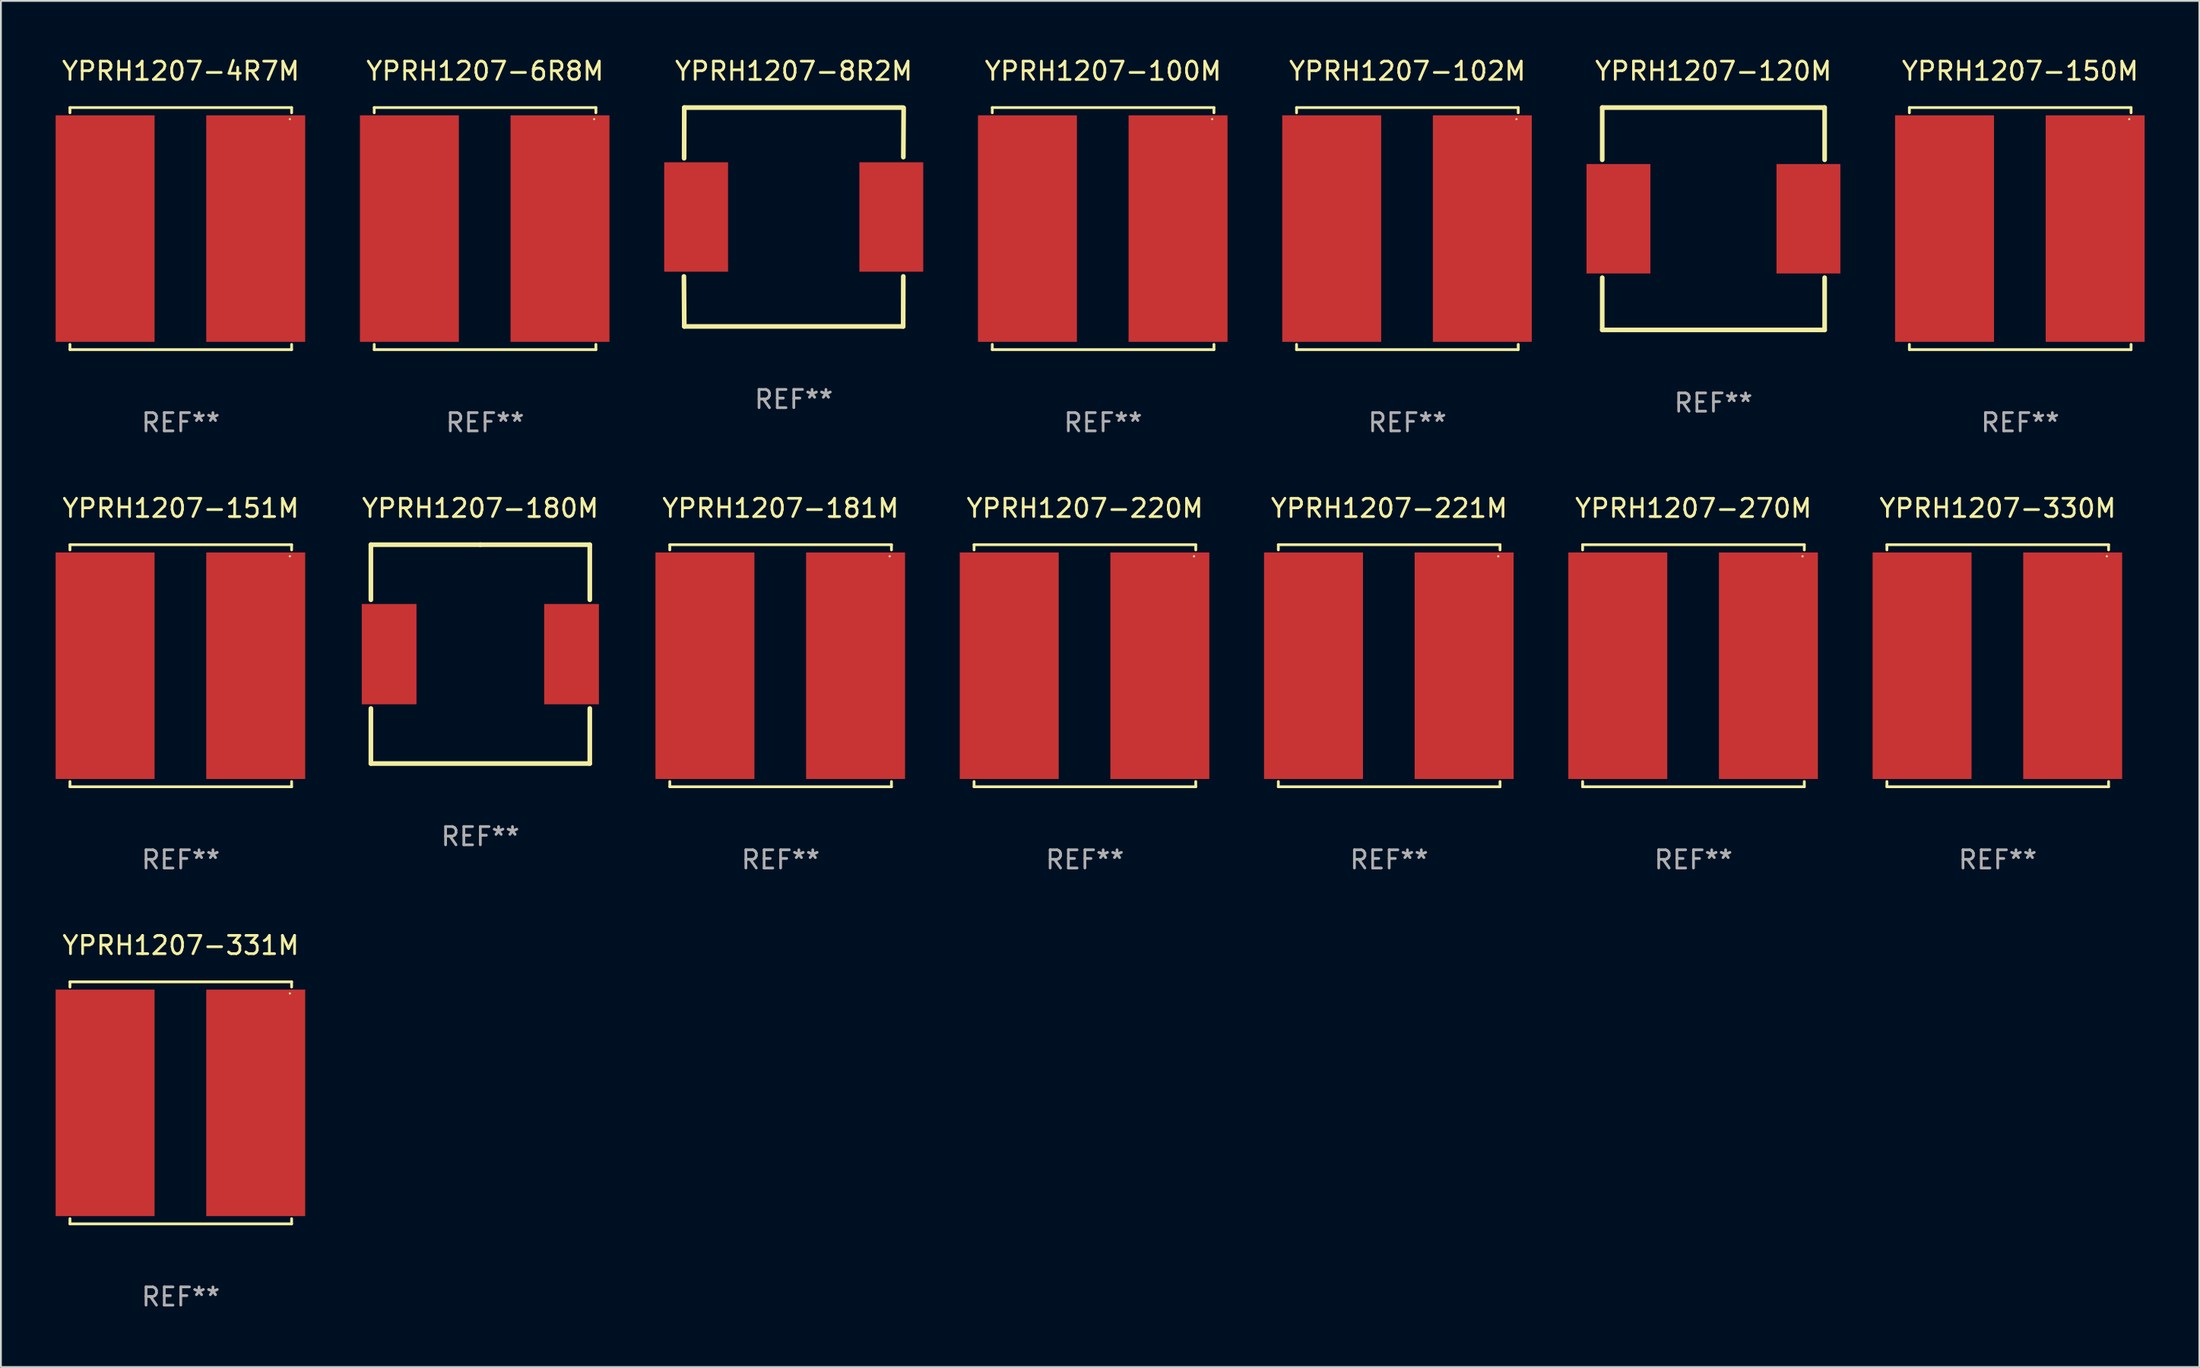
<source format=kicad_pcb>
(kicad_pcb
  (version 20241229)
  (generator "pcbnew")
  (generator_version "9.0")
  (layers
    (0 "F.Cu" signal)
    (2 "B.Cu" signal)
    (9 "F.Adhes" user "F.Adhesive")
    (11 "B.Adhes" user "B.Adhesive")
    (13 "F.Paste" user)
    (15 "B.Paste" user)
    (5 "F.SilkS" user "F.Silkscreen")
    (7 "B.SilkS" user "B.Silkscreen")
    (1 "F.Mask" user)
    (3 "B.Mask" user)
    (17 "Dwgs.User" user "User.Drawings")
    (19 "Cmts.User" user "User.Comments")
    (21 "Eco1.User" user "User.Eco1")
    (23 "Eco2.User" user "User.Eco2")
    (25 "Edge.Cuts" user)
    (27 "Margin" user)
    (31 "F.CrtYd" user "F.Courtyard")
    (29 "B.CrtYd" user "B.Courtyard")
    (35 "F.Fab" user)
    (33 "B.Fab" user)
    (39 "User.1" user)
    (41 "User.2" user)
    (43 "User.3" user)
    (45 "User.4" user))
  (footprint "YPRH1207-181M"
    (layer "F.Cu")
    (at 39.742 33.453)
    (property "Reference" "YPRH1207-181M" (at 0 -8.636 0) (layer "F.SilkS") (effects (font (size 1 1) (thickness 0.15))))
    (attr through_hole)
    (fp_line (start -6.076 -6.636) (end -6.076 -6.35) (stroke (width 0.152) (type solid)) (layer "F.SilkS"))
    (fp_line (start -6.076 6.636) (end -6.076 6.35) (stroke (width 0.152) (type solid)) (layer "F.SilkS"))
    (fp_line (start 6.076 -6.636) (end -6.076 -6.636) (stroke (width 0.152) (type solid)) (layer "F.SilkS"))
    (fp_line (start 6.076 -6.35) (end 6.076 -6.636) (stroke (width 0.152) (type solid)) (layer "F.SilkS"))
    (fp_line (start 6.076 6.35) (end 6.076 6.636) (stroke (width 0.152) (type solid)) (layer "F.SilkS"))
    (fp_line (start 6.076 6.636) (end -6.076 6.636) (stroke (width 0.152) (type solid)) (layer "F.SilkS"))
    (fp_circle (center 5.98 -6) (end 6.01 -6) (stroke (width 0.06) (type solid)) (fill no) (layer "F.SilkS"))
    (fp_text user "REF**" (at 0 10.636 0) (layer "F.Fab") (effects (font (size 1 1) (thickness 0.15))))
    (pad "1" smd rect (at 4.108 0) (size 5.424 12.42) (layers "F.Cu" "F.Mask" "F.Paste"))
    (pad "2" smd rect (at -4.148 0) (size 5.424 12.42) (layers "F.Cu" "F.Mask" "F.Paste")))
  (footprint "YPRH1207-150M"
    (layer "F.Cu")
    (at 107.694 9.484)
    (property "Reference" "YPRH1207-150M" (at 0 -8.636 0) (layer "F.SilkS") (effects (font (size 1 1) (thickness 0.15))))
    (attr through_hole)
    (fp_line (start -6.076 -6.636) (end -6.076 -6.35) (stroke (width 0.152) (type solid)) (layer "F.SilkS"))
    (fp_line (start -6.076 6.636) (end -6.076 6.35) (stroke (width 0.152) (type solid)) (layer "F.SilkS"))
    (fp_line (start 6.076 -6.636) (end -6.076 -6.636) (stroke (width 0.152) (type solid)) (layer "F.SilkS"))
    (fp_line (start 6.076 -6.35) (end 6.076 -6.636) (stroke (width 0.152) (type solid)) (layer "F.SilkS"))
    (fp_line (start 6.076 6.35) (end 6.076 6.636) (stroke (width 0.152) (type solid)) (layer "F.SilkS"))
    (fp_line (start 6.076 6.636) (end -6.076 6.636) (stroke (width 0.152) (type solid)) (layer "F.SilkS"))
    (fp_circle (center 5.98 -6) (end 6.01 -6) (stroke (width 0.06) (type solid)) (fill no) (layer "F.SilkS"))
    (fp_text user "REF**" (at 0 10.636 0) (layer "F.Fab") (effects (font (size 1 1) (thickness 0.15))))
    (pad "1" smd rect (at 4.108 0) (size 5.424 12.42) (layers "F.Cu" "F.Mask" "F.Paste"))
    (pad "2" smd rect (at -4.148 0) (size 5.424 12.42) (layers "F.Cu" "F.Mask" "F.Paste")))
  (footprint "YPRH1207-120M"
    (layer "F.Cu")
    (at 90.877 8.944)
    (property "Reference" "YPRH1207-120M" (at 0 -8.096 0) (layer "F.SilkS") (effects (font (size 1 1) (thickness 0.15))))
    (attr through_hole)
    (fp_line (start -6.096 -6.096) (end 6.096 -6.096) (stroke (width 0.254) (type solid)) (layer "F.SilkS"))
    (fp_line (start -6.096 -3.231) (end -6.096 -6.096) (stroke (width 0.254) (type solid)) (layer "F.SilkS"))
    (fp_line (start -6.096 6.096) (end -6.096 3.231) (stroke (width 0.254) (type solid)) (layer "F.SilkS"))
    (fp_line (start 6.096 -6.096) (end 6.096 -3.231) (stroke (width 0.254) (type solid)) (layer "F.SilkS"))
    (fp_line (start 6.096 3.231) (end 6.096 6.096) (stroke (width 0.254) (type solid)) (layer "F.SilkS"))
    (fp_line (start 6.096 6.096) (end -6.096 6.096) (stroke (width 0.254) (type solid)) (layer "F.SilkS"))
    (fp_circle (center 6 -6) (end 6.03 -6) (stroke (width 0.06) (type solid)) (fill no) (layer "F.SilkS"))
    (fp_text user "REF**" (at 0 10.096 0) (layer "F.Fab") (effects (font (size 1 1) (thickness 0.15))))
    (pad "1" smd rect (at 5.207 0) (size 3.5 6) (layers "F.Cu" "F.Mask" "F.Paste"))
    (pad "2" smd rect (at -5.207 0) (size 3.5 6) (layers "F.Cu" "F.Mask" "F.Paste")))
  (footprint "YPRH1207-331M"
    (layer "F.Cu")
    (at 6.86 57.422)
    (property "Reference" "YPRH1207-331M" (at 0 -8.636 0) (layer "F.SilkS") (effects (font (size 1 1) (thickness 0.15))))
    (attr through_hole)
    (fp_line (start -6.076 -6.636) (end -6.076 -6.35) (stroke (width 0.152) (type solid)) (layer "F.SilkS"))
    (fp_line (start -6.076 6.636) (end -6.076 6.35) (stroke (width 0.152) (type solid)) (layer "F.SilkS"))
    (fp_line (start 6.076 -6.636) (end -6.076 -6.636) (stroke (width 0.152) (type solid)) (layer "F.SilkS"))
    (fp_line (start 6.076 -6.35) (end 6.076 -6.636) (stroke (width 0.152) (type solid)) (layer "F.SilkS"))
    (fp_line (start 6.076 6.35) (end 6.076 6.636) (stroke (width 0.152) (type solid)) (layer "F.SilkS"))
    (fp_line (start 6.076 6.636) (end -6.076 6.636) (stroke (width 0.152) (type solid)) (layer "F.SilkS"))
    (fp_circle (center 5.98 -6) (end 6.01 -6) (stroke (width 0.06) (type solid)) (fill no) (layer "F.SilkS"))
    (fp_text user "REF**" (at 0 10.636 0) (layer "F.Fab") (effects (font (size 1 1) (thickness 0.15))))
    (pad "1" smd rect (at 4.108 0) (size 5.424 12.42) (layers "F.Cu" "F.Mask" "F.Paste"))
    (pad "2" smd rect (at -4.148 0) (size 5.424 12.42) (layers "F.Cu" "F.Mask" "F.Paste")))
  (footprint "YPRH1207-270M"
    (layer "F.Cu")
    (at 89.782 33.453)
    (property "Reference" "YPRH1207-270M" (at 0 -8.636 0) (layer "F.SilkS") (effects (font (size 1 1) (thickness 0.15))))
    (attr through_hole)
    (fp_line (start -6.076 -6.636) (end -6.076 -6.35) (stroke (width 0.152) (type solid)) (layer "F.SilkS"))
    (fp_line (start -6.076 6.636) (end -6.076 6.35) (stroke (width 0.152) (type solid)) (layer "F.SilkS"))
    (fp_line (start 6.076 -6.636) (end -6.076 -6.636) (stroke (width 0.152) (type solid)) (layer "F.SilkS"))
    (fp_line (start 6.076 -6.35) (end 6.076 -6.636) (stroke (width 0.152) (type solid)) (layer "F.SilkS"))
    (fp_line (start 6.076 6.35) (end 6.076 6.636) (stroke (width 0.152) (type solid)) (layer "F.SilkS"))
    (fp_line (start 6.076 6.636) (end -6.076 6.636) (stroke (width 0.152) (type solid)) (layer "F.SilkS"))
    (fp_circle (center 5.98 -6) (end 6.01 -6) (stroke (width 0.06) (type solid)) (fill no) (layer "F.SilkS"))
    (fp_text user "REF**" (at 0 10.636 0) (layer "F.Fab") (effects (font (size 1 1) (thickness 0.15))))
    (pad "1" smd rect (at 4.108 0) (size 5.424 12.42) (layers "F.Cu" "F.Mask" "F.Paste"))
    (pad "2" smd rect (at -4.148 0) (size 5.424 12.42) (layers "F.Cu" "F.Mask" "F.Paste")))
  (footprint "YPRH1207-102M"
    (layer "F.Cu")
    (at 74.1 9.484)
    (property "Reference" "YPRH1207-102M" (at 0 -8.636 0) (layer "F.SilkS") (effects (font (size 1 1) (thickness 0.15))))
    (attr through_hole)
    (fp_line (start -6.076 -6.636) (end -6.076 -6.35) (stroke (width 0.152) (type solid)) (layer "F.SilkS"))
    (fp_line (start -6.076 6.636) (end -6.076 6.35) (stroke (width 0.152) (type solid)) (layer "F.SilkS"))
    (fp_line (start 6.076 -6.636) (end -6.076 -6.636) (stroke (width 0.152) (type solid)) (layer "F.SilkS"))
    (fp_line (start 6.076 -6.35) (end 6.076 -6.636) (stroke (width 0.152) (type solid)) (layer "F.SilkS"))
    (fp_line (start 6.076 6.35) (end 6.076 6.636) (stroke (width 0.152) (type solid)) (layer "F.SilkS"))
    (fp_line (start 6.076 6.636) (end -6.076 6.636) (stroke (width 0.152) (type solid)) (layer "F.SilkS"))
    (fp_circle (center 5.98 -6) (end 6.01 -6) (stroke (width 0.06) (type solid)) (fill no) (layer "F.SilkS"))
    (fp_text user "REF**" (at 0 10.636 0) (layer "F.Fab") (effects (font (size 1 1) (thickness 0.15))))
    (pad "1" smd rect (at 4.108 0) (size 5.424 12.42) (layers "F.Cu" "F.Mask" "F.Paste"))
    (pad "2" smd rect (at -4.148 0) (size 5.424 12.42) (layers "F.Cu" "F.Mask" "F.Paste")))
  (footprint "YPRH1207-8R2M"
    (layer "F.Cu")
    (at 40.464 8.848)
    (property "Reference" "YPRH1207-8R2M" (at 0 -8 0) (layer "F.SilkS") (effects (font (size 1 1) (thickness 0.15))))
    (attr through_hole)
    (fp_line (start -6.012 -3.22) (end -6.004 -6) (stroke (width 0.254) (type solid)) (layer "F.SilkS"))
    (fp_line (start -6.004 -6) (end 5.996 -6) (stroke (width 0.254) (type solid)) (layer "F.SilkS"))
    (fp_line (start -6.004 6) (end -6.023 3.258) (stroke (width 0.254) (type solid)) (layer "F.SilkS"))
    (fp_line (start -6.004 6) (end 5.996 6) (stroke (width 0.254) (type solid)) (layer "F.SilkS"))
    (fp_line (start 5.996 6) (end 6.003 3.258) (stroke (width 0.254) (type solid)) (layer "F.SilkS"))
    (fp_line (start 6.005 -3.282) (end 6.023 -5.98) (stroke (width 0.254) (type solid)) (layer "F.SilkS"))
    (fp_circle (center -6.004 6) (end -5.974 6) (stroke (width 0.06) (type solid)) (fill no) (layer "F.SilkS"))
    (fp_text user "REF**" (at 0 10 0) (layer "F.Fab") (effects (font (size 1 1) (thickness 0.15))))
    (pad "1" smd rect (at -5.354 0) (size 3.5 6) (layers "F.Cu" "F.Mask" "F.Paste"))
    (pad "2" smd rect (at 5.346 0) (size 3.5 6) (layers "F.Cu" "F.Mask" "F.Paste")))
  (footprint "YPRH1207-221M"
    (layer "F.Cu")
    (at 73.102 33.453)
    (property "Reference" "YPRH1207-221M" (at 0 -8.636 0) (layer "F.SilkS") (effects (font (size 1 1) (thickness 0.15))))
    (attr through_hole)
    (fp_line (start -6.076 -6.636) (end -6.076 -6.35) (stroke (width 0.152) (type solid)) (layer "F.SilkS"))
    (fp_line (start -6.076 6.636) (end -6.076 6.35) (stroke (width 0.152) (type solid)) (layer "F.SilkS"))
    (fp_line (start 6.076 -6.636) (end -6.076 -6.636) (stroke (width 0.152) (type solid)) (layer "F.SilkS"))
    (fp_line (start 6.076 -6.35) (end 6.076 -6.636) (stroke (width 0.152) (type solid)) (layer "F.SilkS"))
    (fp_line (start 6.076 6.35) (end 6.076 6.636) (stroke (width 0.152) (type solid)) (layer "F.SilkS"))
    (fp_line (start 6.076 6.636) (end -6.076 6.636) (stroke (width 0.152) (type solid)) (layer "F.SilkS"))
    (fp_circle (center 5.98 -6) (end 6.01 -6) (stroke (width 0.06) (type solid)) (fill no) (layer "F.SilkS"))
    (fp_text user "REF**" (at 0 10.636 0) (layer "F.Fab") (effects (font (size 1 1) (thickness 0.15))))
    (pad "1" smd rect (at 4.108 0) (size 5.424 12.42) (layers "F.Cu" "F.Mask" "F.Paste"))
    (pad "2" smd rect (at -4.148 0) (size 5.424 12.42) (layers "F.Cu" "F.Mask" "F.Paste")))
  (footprint "YPRH1207-330M"
    (layer "F.Cu")
    (at 106.462 33.453)
    (property "Reference" "YPRH1207-330M" (at 0 -8.636 0) (layer "F.SilkS") (effects (font (size 1 1) (thickness 0.15))))
    (attr through_hole)
    (fp_line (start -6.076 -6.636) (end -6.076 -6.35) (stroke (width 0.152) (type solid)) (layer "F.SilkS"))
    (fp_line (start -6.076 6.636) (end -6.076 6.35) (stroke (width 0.152) (type solid)) (layer "F.SilkS"))
    (fp_line (start 6.076 -6.636) (end -6.076 -6.636) (stroke (width 0.152) (type solid)) (layer "F.SilkS"))
    (fp_line (start 6.076 -6.35) (end 6.076 -6.636) (stroke (width 0.152) (type solid)) (layer "F.SilkS"))
    (fp_line (start 6.076 6.35) (end 6.076 6.636) (stroke (width 0.152) (type solid)) (layer "F.SilkS"))
    (fp_line (start 6.076 6.636) (end -6.076 6.636) (stroke (width 0.152) (type solid)) (layer "F.SilkS"))
    (fp_circle (center 5.98 -6) (end 6.01 -6) (stroke (width 0.06) (type solid)) (fill no) (layer "F.SilkS"))
    (fp_text user "REF**" (at 0 10.636 0) (layer "F.Fab") (effects (font (size 1 1) (thickness 0.15))))
    (pad "1" smd rect (at 4.108 0) (size 5.424 12.42) (layers "F.Cu" "F.Mask" "F.Paste"))
    (pad "2" smd rect (at -4.148 0) (size 5.424 12.42) (layers "F.Cu" "F.Mask" "F.Paste")))
  (footprint "YPRH1207-6R8M"
    (layer "F.Cu")
    (at 23.54 9.484)
    (property "Reference" "YPRH1207-6R8M" (at 0 -8.636 0) (layer "F.SilkS") (effects (font (size 1 1) (thickness 0.15))))
    (attr through_hole)
    (fp_line (start -6.076 -6.636) (end -6.076 -6.35) (stroke (width 0.152) (type solid)) (layer "F.SilkS"))
    (fp_line (start -6.076 6.636) (end -6.076 6.35) (stroke (width 0.152) (type solid)) (layer "F.SilkS"))
    (fp_line (start 6.076 -6.636) (end -6.076 -6.636) (stroke (width 0.152) (type solid)) (layer "F.SilkS"))
    (fp_line (start 6.076 -6.35) (end 6.076 -6.636) (stroke (width 0.152) (type solid)) (layer "F.SilkS"))
    (fp_line (start 6.076 6.35) (end 6.076 6.636) (stroke (width 0.152) (type solid)) (layer "F.SilkS"))
    (fp_line (start 6.076 6.636) (end -6.076 6.636) (stroke (width 0.152) (type solid)) (layer "F.SilkS"))
    (fp_circle (center 5.98 -6) (end 6.01 -6) (stroke (width 0.06) (type solid)) (fill no) (layer "F.SilkS"))
    (fp_text user "REF**" (at 0 10.636 0) (layer "F.Fab") (effects (font (size 1 1) (thickness 0.15))))
    (pad "1" smd rect (at 4.108 0) (size 5.424 12.42) (layers "F.Cu" "F.Mask" "F.Paste"))
    (pad "2" smd rect (at -4.148 0) (size 5.424 12.42) (layers "F.Cu" "F.Mask" "F.Paste")))
  (footprint "YPRH1207-220M"
    (layer "F.Cu")
    (at 56.422 33.453)
    (property "Reference" "YPRH1207-220M" (at 0 -8.636 0) (layer "F.SilkS") (effects (font (size 1 1) (thickness 0.15))))
    (attr through_hole)
    (fp_line (start -6.076 -6.636) (end -6.076 -6.35) (stroke (width 0.152) (type solid)) (layer "F.SilkS"))
    (fp_line (start -6.076 6.636) (end -6.076 6.35) (stroke (width 0.152) (type solid)) (layer "F.SilkS"))
    (fp_line (start 6.076 -6.636) (end -6.076 -6.636) (stroke (width 0.152) (type solid)) (layer "F.SilkS"))
    (fp_line (start 6.076 -6.35) (end 6.076 -6.636) (stroke (width 0.152) (type solid)) (layer "F.SilkS"))
    (fp_line (start 6.076 6.35) (end 6.076 6.636) (stroke (width 0.152) (type solid)) (layer "F.SilkS"))
    (fp_line (start 6.076 6.636) (end -6.076 6.636) (stroke (width 0.152) (type solid)) (layer "F.SilkS"))
    (fp_circle (center 5.98 -6) (end 6.01 -6) (stroke (width 0.06) (type solid)) (fill no) (layer "F.SilkS"))
    (fp_text user "REF**" (at 0 10.636 0) (layer "F.Fab") (effects (font (size 1 1) (thickness 0.15))))
    (pad "1" smd rect (at 4.108 0) (size 5.424 12.42) (layers "F.Cu" "F.Mask" "F.Paste"))
    (pad "2" smd rect (at -4.148 0) (size 5.424 12.42) (layers "F.Cu" "F.Mask" "F.Paste")))
  (footprint "YPRH1207-180M"
    (layer "F.Cu")
    (at 23.281 32.817)
    (property "Reference" "YPRH1207-180M" (at 0 -8 0) (layer "F.SilkS") (effects (font (size 1 1) (thickness 0.15))))
    (attr through_hole)
    (fp_line (start -6 -6) (end 0 -6) (stroke (width 0.254) (type solid)) (layer "F.SilkS"))
    (fp_line (start -6 -2.981) (end -6 -6) (stroke (width 0.254) (type solid)) (layer "F.SilkS"))
    (fp_line (start -6 6) (end -6 2.981) (stroke (width 0.254) (type solid)) (layer "F.SilkS"))
    (fp_line (start 0 -6) (end 6 -6) (stroke (width 0.254) (type solid)) (layer "F.SilkS"))
    (fp_line (start 6 -6) (end 6 -2.981) (stroke (width 0.254) (type solid)) (layer "F.SilkS"))
    (fp_line (start 6 2.981) (end 6 6) (stroke (width 0.254) (type solid)) (layer "F.SilkS"))
    (fp_line (start 6 6) (end -6 6) (stroke (width 0.254) (type solid)) (layer "F.SilkS"))
    (fp_circle (center -6 6) (end -5.97 6) (stroke (width 0.06) (type solid)) (fill no) (layer "F.SilkS"))
    (fp_text user "REF**" (at 0 10 0) (layer "F.Fab") (effects (font (size 1 1) (thickness 0.15))))
    (pad "1" smd rect (at -5 0) (size 3 5.5) (layers "F.Cu" "F.Mask" "F.Paste"))
    (pad "2" smd rect (at 5 0) (size 3 5.5) (layers "F.Cu" "F.Mask" "F.Paste")))
  (footprint "YPRH1207-151M"
    (layer "F.Cu")
    (at 6.86 33.453)
    (property "Reference" "YPRH1207-151M" (at 0 -8.636 0) (layer "F.SilkS") (effects (font (size 1 1) (thickness 0.15))))
    (attr through_hole)
    (fp_line (start -6.076 -6.636) (end -6.076 -6.35) (stroke (width 0.152) (type solid)) (layer "F.SilkS"))
    (fp_line (start -6.076 6.636) (end -6.076 6.35) (stroke (width 0.152) (type solid)) (layer "F.SilkS"))
    (fp_line (start 6.076 -6.636) (end -6.076 -6.636) (stroke (width 0.152) (type solid)) (layer "F.SilkS"))
    (fp_line (start 6.076 -6.35) (end 6.076 -6.636) (stroke (width 0.152) (type solid)) (layer "F.SilkS"))
    (fp_line (start 6.076 6.35) (end 6.076 6.636) (stroke (width 0.152) (type solid)) (layer "F.SilkS"))
    (fp_line (start 6.076 6.636) (end -6.076 6.636) (stroke (width 0.152) (type solid)) (layer "F.SilkS"))
    (fp_circle (center 5.98 -6) (end 6.01 -6) (stroke (width 0.06) (type solid)) (fill no) (layer "F.SilkS"))
    (fp_text user "REF**" (at 0 10.636 0) (layer "F.Fab") (effects (font (size 1 1) (thickness 0.15))))
    (pad "1" smd rect (at 4.108 0) (size 5.424 12.42) (layers "F.Cu" "F.Mask" "F.Paste"))
    (pad "2" smd rect (at -4.148 0) (size 5.424 12.42) (layers "F.Cu" "F.Mask" "F.Paste")))
  (footprint "YPRH1207-100M"
    (layer "F.Cu")
    (at 57.42 9.484)
    (property "Reference" "YPRH1207-100M" (at 0 -8.636 0) (layer "F.SilkS") (effects (font (size 1 1) (thickness 0.15))))
    (attr through_hole)
    (fp_line (start -6.076 -6.636) (end -6.076 -6.35) (stroke (width 0.152) (type solid)) (layer "F.SilkS"))
    (fp_line (start -6.076 6.636) (end -6.076 6.35) (stroke (width 0.152) (type solid)) (layer "F.SilkS"))
    (fp_line (start 6.076 -6.636) (end -6.076 -6.636) (stroke (width 0.152) (type solid)) (layer "F.SilkS"))
    (fp_line (start 6.076 -6.35) (end 6.076 -6.636) (stroke (width 0.152) (type solid)) (layer "F.SilkS"))
    (fp_line (start 6.076 6.35) (end 6.076 6.636) (stroke (width 0.152) (type solid)) (layer "F.SilkS"))
    (fp_line (start 6.076 6.636) (end -6.076 6.636) (stroke (width 0.152) (type solid)) (layer "F.SilkS"))
    (fp_circle (center 5.98 -6) (end 6.01 -6) (stroke (width 0.06) (type solid)) (fill no) (layer "F.SilkS"))
    (fp_text user "REF**" (at 0 10.636 0) (layer "F.Fab") (effects (font (size 1 1) (thickness 0.15))))
    (pad "1" smd rect (at 4.108 0) (size 5.424 12.42) (layers "F.Cu" "F.Mask" "F.Paste"))
    (pad "2" smd rect (at -4.148 0) (size 5.424 12.42) (layers "F.Cu" "F.Mask" "F.Paste")))
  (footprint "YPRH1207-4R7M"
    (layer "F.Cu")
    (at 6.86 9.484)
    (property "Reference" "YPRH1207-4R7M" (at 0 -8.636 0) (layer "F.SilkS") (effects (font (size 1 1) (thickness 0.15))))
    (attr through_hole)
    (fp_line (start -6.076 -6.636) (end -6.076 -6.35) (stroke (width 0.152) (type solid)) (layer "F.SilkS"))
    (fp_line (start -6.076 6.636) (end -6.076 6.35) (stroke (width 0.152) (type solid)) (layer "F.SilkS"))
    (fp_line (start 6.076 -6.636) (end -6.076 -6.636) (stroke (width 0.152) (type solid)) (layer "F.SilkS"))
    (fp_line (start 6.076 -6.35) (end 6.076 -6.636) (stroke (width 0.152) (type solid)) (layer "F.SilkS"))
    (fp_line (start 6.076 6.35) (end 6.076 6.636) (stroke (width 0.152) (type solid)) (layer "F.SilkS"))
    (fp_line (start 6.076 6.636) (end -6.076 6.636) (stroke (width 0.152) (type solid)) (layer "F.SilkS"))
    (fp_circle (center 5.98 -6) (end 6.01 -6) (stroke (width 0.06) (type solid)) (fill no) (layer "F.SilkS"))
    (fp_text user "REF**" (at 0 10.636 0) (layer "F.Fab") (effects (font (size 1 1) (thickness 0.15))))
    (pad "1" smd rect (at 4.108 0) (size 5.424 12.42) (layers "F.Cu" "F.Mask" "F.Paste"))
    (pad "2" smd rect (at -4.148 0) (size 5.424 12.42) (layers "F.Cu" "F.Mask" "F.Paste")))
  (gr_rect
    (start -3 -3)
    (end 117.514 71.907)
    (stroke (width 0.1) (type default))
    (fill no)
    (layer "Edge.Cuts")))
</source>
